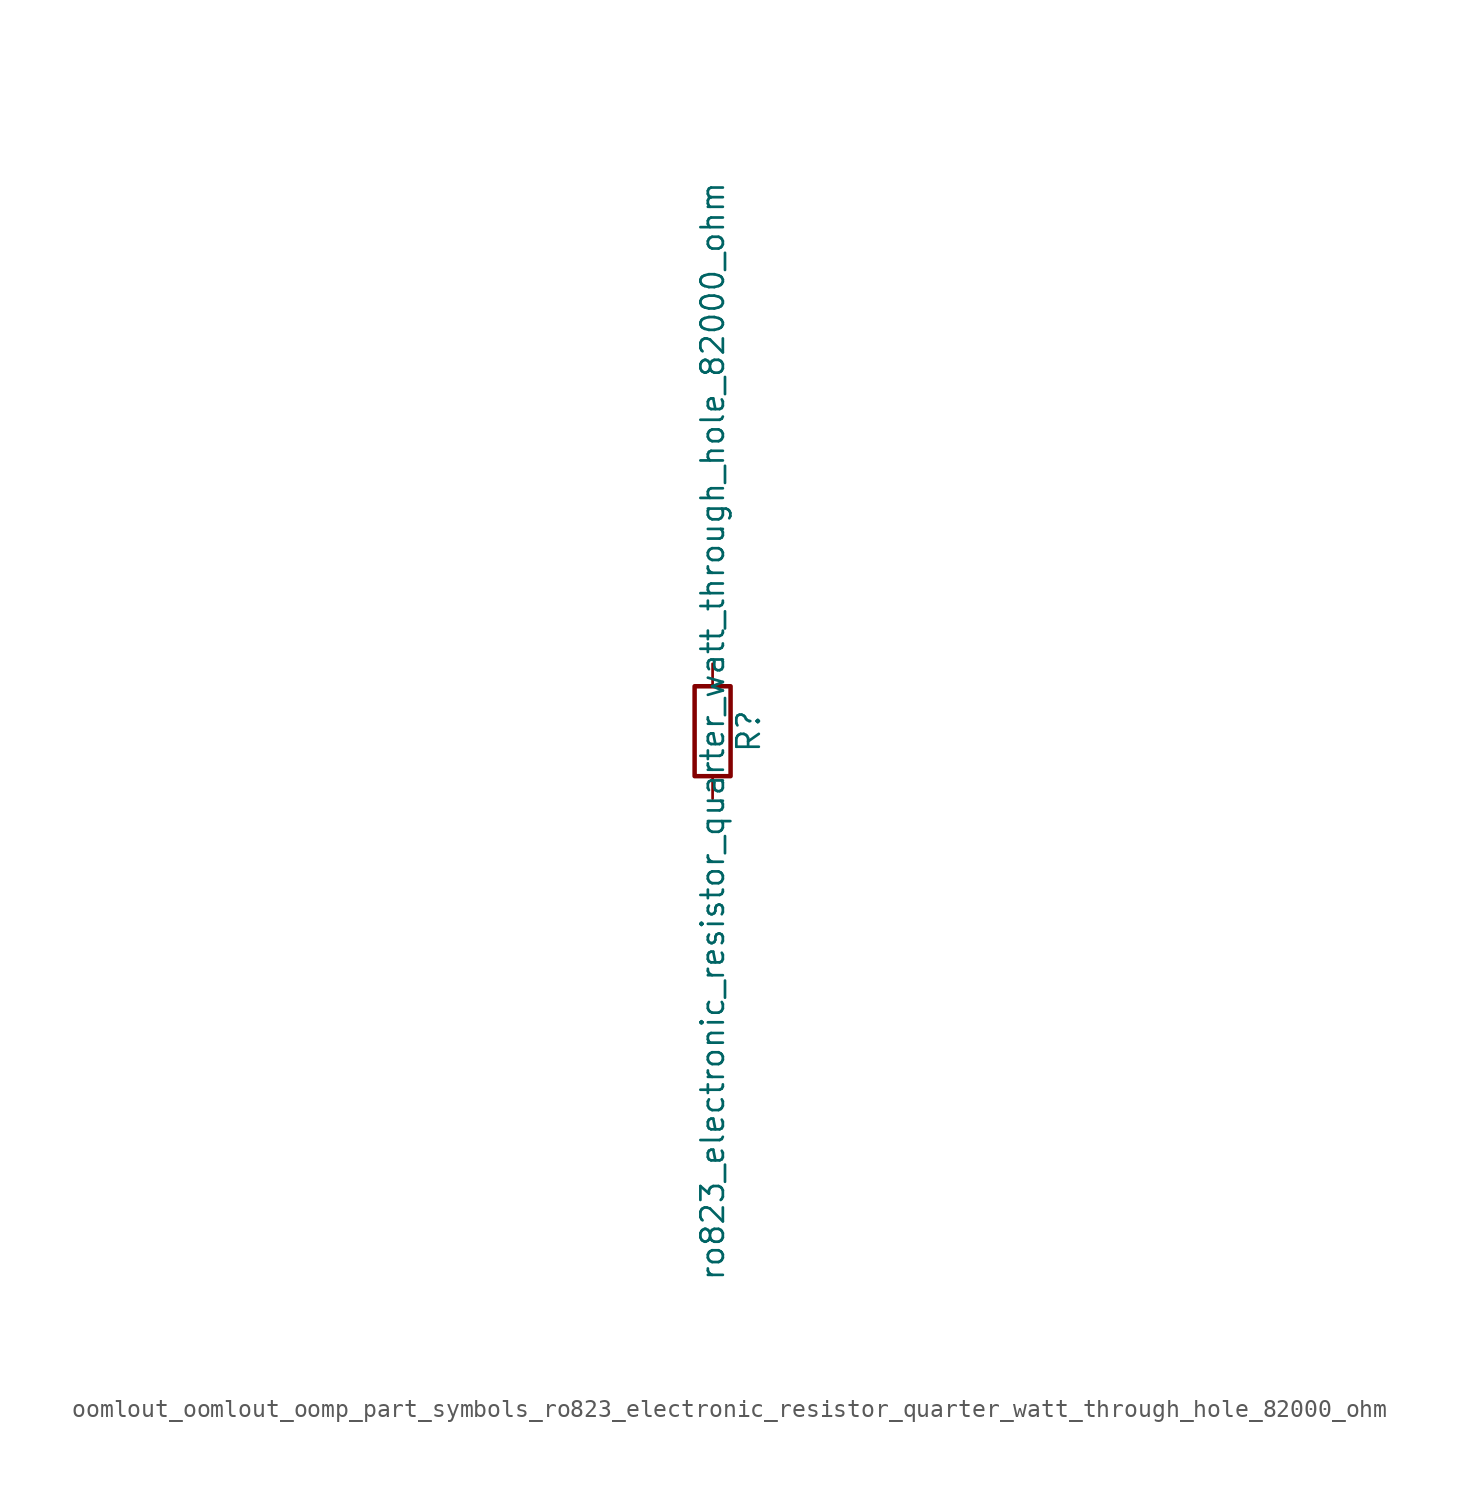
<source format=kicad_sym>
(kicad_symbol_lib
  (version 20220914)
  (generator kicad_symbol_editor)
  (symbol "oomlout_oomlout_oomp_part_symbols_ro823_electronic_resistor_quarter_watt_through_hole_82000_ohm"
    (pin_numbers hide)
    (pin_names
      (offset 0))
    (property "Reference" "R"
      (at 2.032 0 90)
      (effects (font (size 1.27 1.27))))
    (property "Value" "ro823_electronic_resistor_quarter_watt_through_hole_82000_ohm"
      (at 0 0 90)
      (effects (font (size 1.27 1.27))))
    (symbol "oomlout_oomlout_oomp_part_symbols_ro823_electronic_resistor_quarter_watt_through_hole_82000_ohm_0_1"
      (rectangle (start -1.016 -2.54) (end 1.016 2.54) (stroke (width 0.254) (type default)) (fill (type none))))
    (symbol "oomlout_oomlout_oomp_part_symbols_ro823_electronic_resistor_quarter_watt_through_hole_82000_ohm_1_1"
      (pin passive line (at 0 3.81 270) (length 1.27) (name "~" (effects (font (size 1.27 1.27)))) (number "1" (effects (font (size 1.27 1.27)))))
      (pin passive line (at 0 -3.81 90) (length 1.27) (name "~" (effects (font (size 1.27 1.27)))) (number "2" (effects (font (size 1.27 1.27))))))))
</source>
